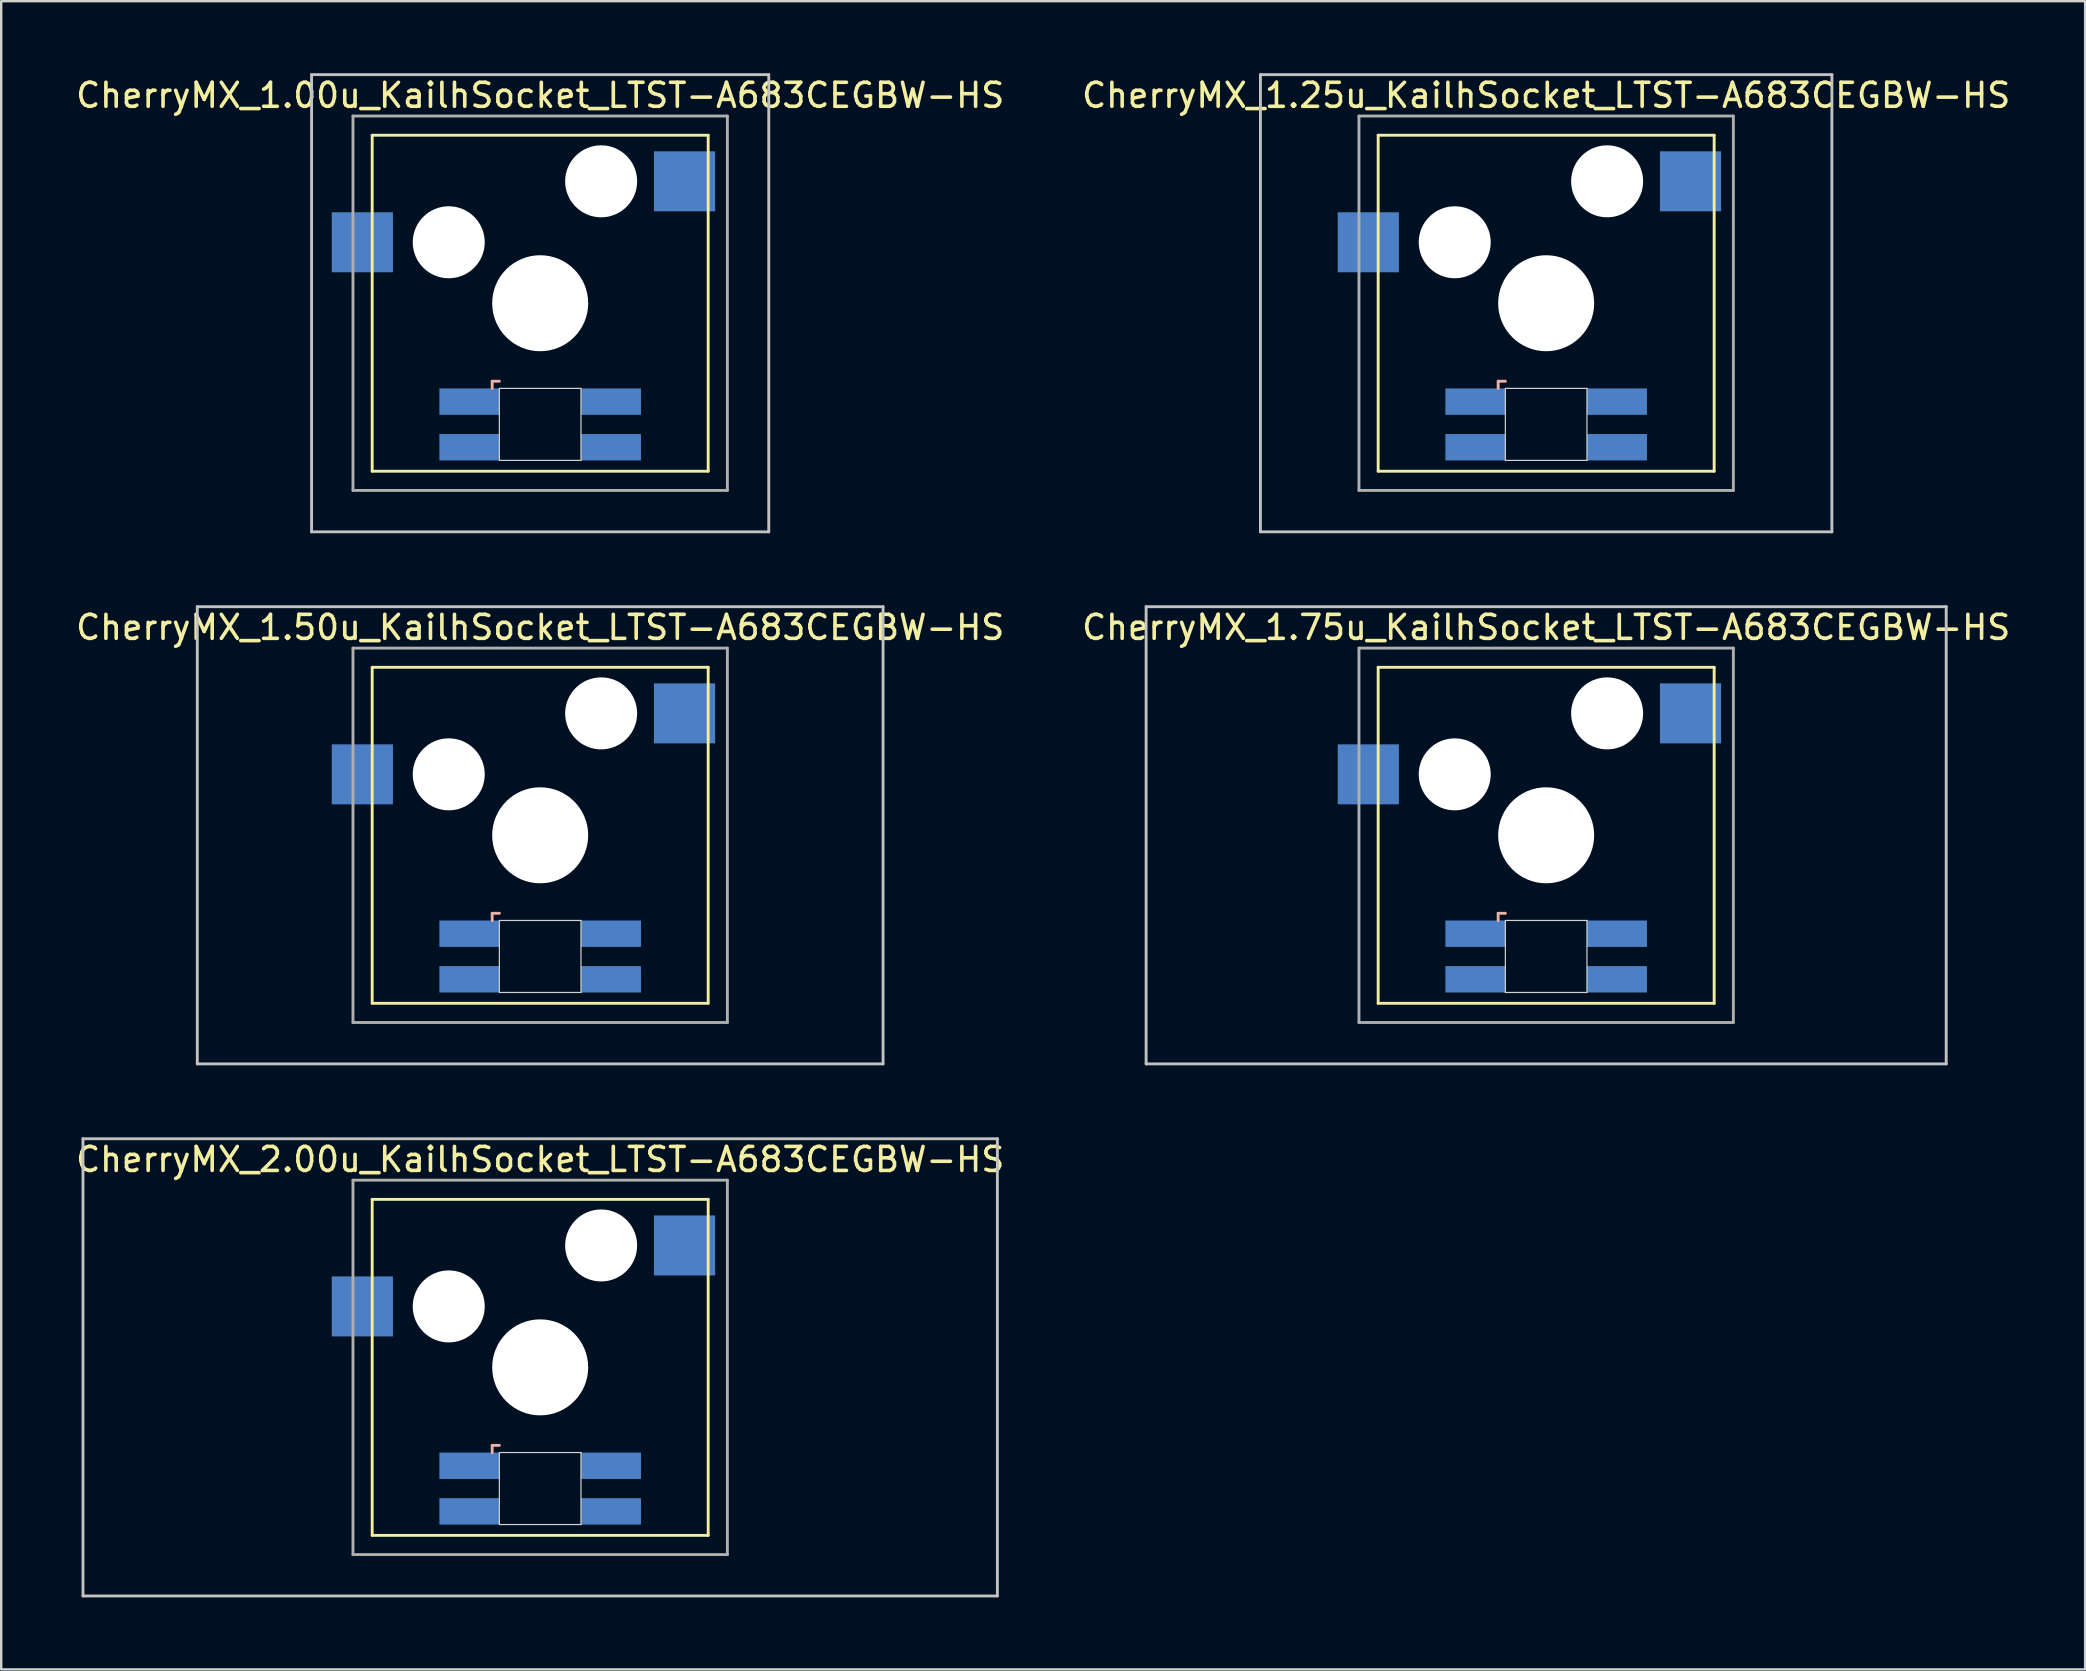
<source format=kicad_pcb>
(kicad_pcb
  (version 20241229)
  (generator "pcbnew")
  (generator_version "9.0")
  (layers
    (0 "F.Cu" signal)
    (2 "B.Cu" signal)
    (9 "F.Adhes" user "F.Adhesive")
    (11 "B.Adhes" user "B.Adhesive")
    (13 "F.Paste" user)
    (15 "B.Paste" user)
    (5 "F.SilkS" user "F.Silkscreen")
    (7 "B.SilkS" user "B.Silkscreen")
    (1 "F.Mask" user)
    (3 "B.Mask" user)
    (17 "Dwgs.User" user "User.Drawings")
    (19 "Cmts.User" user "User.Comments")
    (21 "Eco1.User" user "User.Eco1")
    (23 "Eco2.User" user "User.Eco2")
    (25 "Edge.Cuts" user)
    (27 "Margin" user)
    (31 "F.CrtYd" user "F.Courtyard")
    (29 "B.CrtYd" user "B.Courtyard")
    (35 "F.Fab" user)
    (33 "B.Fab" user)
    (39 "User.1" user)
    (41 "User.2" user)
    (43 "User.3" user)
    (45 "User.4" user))
  (footprint "CherryMX_1.75u_KailhSocket_LTST-A683CEGBW-HS"
    (layer "F.Cu")
    (at 61.375 31.755)
    (property "Reference" "CherryMX_1.75u_KailhSocket_LTST-A683CEGBW-HS" (at 0 -8.662 0) (layer "F.SilkS") (effects (font (size 1 1) (thickness 0.15))))
    (attr through_hole)
    (fp_line (start -7 -7) (end -7 7) (stroke (width 0.12) (type solid)) (layer "F.SilkS"))
    (fp_line (start -7 -7) (end 7 -7) (stroke (width 0.12) (type solid)) (layer "F.SilkS"))
    (fp_line (start 7 -7) (end 7 7) (stroke (width 0.12) (type solid)) (layer "F.SilkS"))
    (fp_line (start 7 7) (end -7 7) (stroke (width 0.12) (type solid)) (layer "F.SilkS"))
    (fp_line (start -2 3.25) (end -2 3.55) (stroke (width 0.12) (type solid)) (layer "B.SilkS"))
    (fp_line (start -1.7 3.25) (end -2 3.25) (stroke (width 0.12) (type solid)) (layer "B.SilkS"))
    (fp_line (start -16.669 -9.525) (end 16.669 -9.525) (stroke (width 0.12) (type solid)) (layer "Dwgs.User"))
    (fp_line (start -16.669 9.525) (end -16.669 -9.525) (stroke (width 0.12) (type solid)) (layer "Dwgs.User"))
    (fp_line (start 16.669 -9.525) (end 16.669 9.525) (stroke (width 0.12) (type solid)) (layer "Dwgs.User"))
    (fp_line (start 16.669 9.525) (end -16.669 9.525) (stroke (width 0.12) (type solid)) (layer "Dwgs.User"))
    (fp_line (start -1.7 3.55) (end 1.7 3.55) (stroke (width 0.05) (type solid)) (layer "Edge.Cuts"))
    (fp_line (start -1.7 6.55) (end -1.7 3.55) (stroke (width 0.05) (type solid)) (layer "Edge.Cuts"))
    (fp_line (start 1.7 3.55) (end 1.7 6.55) (stroke (width 0.05) (type solid)) (layer "Edge.Cuts"))
    (fp_line (start 1.7 6.55) (end -1.7 6.55) (stroke (width 0.05) (type solid)) (layer "Edge.Cuts"))
    (fp_line (start -7.8 -7.8) (end -7.8 7.8) (stroke (width 0.12) (type solid)) (layer "F.Fab"))
    (fp_line (start -7.8 -7.8) (end 7.8 -7.8) (stroke (width 0.12) (type solid)) (layer "F.Fab"))
    (fp_line (start -7.8 7.8) (end 7.8 7.8) (stroke (width 0.12) (type solid)) (layer "F.Fab"))
    (fp_line (start 7.8 -7.8) (end 7.8 7.8) (stroke (width 0.12) (type solid)) (layer "F.Fab"))
    (pad "" np_thru_hole circle (at -3.81 -2.54) (size 3 3) (drill 3) (layers "*.Cu" "*.Mask"))
    (pad "" np_thru_hole circle (at 0 0) (size 4 4) (drill 4) (layers "*.Cu" "*.Mask"))
    (pad "" np_thru_hole circle (at 2.54 -5.08) (size 3 3) (drill 3) (layers "*.Cu" "*.Mask"))
    (pad "1" smd rect (at -7.41 -2.54) (size 2.55 2.5) (layers "B.Cu" "B.Mask" "B.Paste"))
    (pad "2" smd rect (at 6.015 -5.08) (size 2.55 2.5) (layers "B.Cu" "B.Mask" "B.Paste"))
    (pad "3" smd rect (at -2.95 4.1) (size 2.5 1.1) (layers "B.Cu" "B.Mask" "B.Paste"))
    (pad "4" smd rect (at -2.95 6) (size 2.5 1.1) (layers "B.Cu" "B.Mask" "B.Paste"))
    (pad "5" smd rect (at 2.95 4.1) (size 2.5 1.1) (layers "B.Cu" "B.Mask" "B.Paste"))
    (pad "6" smd rect (at 2.95 6) (size 2.5 1.1) (layers "B.Cu" "B.Mask" "B.Paste")))
  (footprint "CherryMX_2.00u_KailhSocket_LTST-A683CEGBW-HS"
    (layer "F.Cu")
    (at 19.458 53.925)
    (property "Reference" "CherryMX_2.00u_KailhSocket_LTST-A683CEGBW-HS" (at 0 -8.662 0) (layer "F.SilkS") (effects (font (size 1 1) (thickness 0.15))))
    (attr through_hole)
    (fp_line (start -7 -7) (end -7 7) (stroke (width 0.12) (type solid)) (layer "F.SilkS"))
    (fp_line (start -7 -7) (end 7 -7) (stroke (width 0.12) (type solid)) (layer "F.SilkS"))
    (fp_line (start 7 -7) (end 7 7) (stroke (width 0.12) (type solid)) (layer "F.SilkS"))
    (fp_line (start 7 7) (end -7 7) (stroke (width 0.12) (type solid)) (layer "F.SilkS"))
    (fp_line (start -2 3.25) (end -2 3.55) (stroke (width 0.12) (type solid)) (layer "B.SilkS"))
    (fp_line (start -1.7 3.25) (end -2 3.25) (stroke (width 0.12) (type solid)) (layer "B.SilkS"))
    (fp_line (start -19.05 -9.525) (end 19.05 -9.525) (stroke (width 0.12) (type solid)) (layer "Dwgs.User"))
    (fp_line (start -19.05 9.525) (end -19.05 -9.525) (stroke (width 0.12) (type solid)) (layer "Dwgs.User"))
    (fp_line (start 19.05 -9.525) (end 19.05 9.525) (stroke (width 0.12) (type solid)) (layer "Dwgs.User"))
    (fp_line (start 19.05 9.525) (end -19.05 9.525) (stroke (width 0.12) (type solid)) (layer "Dwgs.User"))
    (fp_line (start -1.7 3.55) (end 1.7 3.55) (stroke (width 0.05) (type solid)) (layer "Edge.Cuts"))
    (fp_line (start -1.7 6.55) (end -1.7 3.55) (stroke (width 0.05) (type solid)) (layer "Edge.Cuts"))
    (fp_line (start 1.7 3.55) (end 1.7 6.55) (stroke (width 0.05) (type solid)) (layer "Edge.Cuts"))
    (fp_line (start 1.7 6.55) (end -1.7 6.55) (stroke (width 0.05) (type solid)) (layer "Edge.Cuts"))
    (fp_line (start -7.8 -7.8) (end -7.8 7.8) (stroke (width 0.12) (type solid)) (layer "F.Fab"))
    (fp_line (start -7.8 -7.8) (end 7.8 -7.8) (stroke (width 0.12) (type solid)) (layer "F.Fab"))
    (fp_line (start -7.8 7.8) (end 7.8 7.8) (stroke (width 0.12) (type solid)) (layer "F.Fab"))
    (fp_line (start 7.8 -7.8) (end 7.8 7.8) (stroke (width 0.12) (type solid)) (layer "F.Fab"))
    (pad "" np_thru_hole circle (at -3.81 -2.54) (size 3 3) (drill 3) (layers "*.Cu" "*.Mask"))
    (pad "" np_thru_hole circle (at 0 0) (size 4 4) (drill 4) (layers "*.Cu" "*.Mask"))
    (pad "" np_thru_hole circle (at 2.54 -5.08) (size 3 3) (drill 3) (layers "*.Cu" "*.Mask"))
    (pad "1" smd rect (at -7.41 -2.54) (size 2.55 2.5) (layers "B.Cu" "B.Mask" "B.Paste"))
    (pad "2" smd rect (at 6.015 -5.08) (size 2.55 2.5) (layers "B.Cu" "B.Mask" "B.Paste"))
    (pad "3" smd rect (at -2.95 4.1) (size 2.5 1.1) (layers "B.Cu" "B.Mask" "B.Paste"))
    (pad "4" smd rect (at -2.95 6) (size 2.5 1.1) (layers "B.Cu" "B.Mask" "B.Paste"))
    (pad "5" smd rect (at 2.95 4.1) (size 2.5 1.1) (layers "B.Cu" "B.Mask" "B.Paste"))
    (pad "6" smd rect (at 2.95 6) (size 2.5 1.1) (layers "B.Cu" "B.Mask" "B.Paste")))
  (footprint "CherryMX_1.00u_KailhSocket_LTST-A683CEGBW-HS"
    (layer "F.Cu")
    (at 19.458 9.585)
    (property "Reference" "CherryMX_1.00u_KailhSocket_LTST-A683CEGBW-HS" (at 0 -8.662 0) (layer "F.SilkS") (effects (font (size 1 1) (thickness 0.15))))
    (attr through_hole)
    (fp_line (start -7 -7) (end -7 7) (stroke (width 0.12) (type solid)) (layer "F.SilkS"))
    (fp_line (start -7 -7) (end 7 -7) (stroke (width 0.12) (type solid)) (layer "F.SilkS"))
    (fp_line (start 7 -7) (end 7 7) (stroke (width 0.12) (type solid)) (layer "F.SilkS"))
    (fp_line (start 7 7) (end -7 7) (stroke (width 0.12) (type solid)) (layer "F.SilkS"))
    (fp_line (start -2 3.25) (end -2 3.55) (stroke (width 0.12) (type solid)) (layer "B.SilkS"))
    (fp_line (start -1.7 3.25) (end -2 3.25) (stroke (width 0.12) (type solid)) (layer "B.SilkS"))
    (fp_line (start -9.525 -9.525) (end 9.525 -9.525) (stroke (width 0.12) (type solid)) (layer "Dwgs.User"))
    (fp_line (start -9.525 9.525) (end -9.525 -9.525) (stroke (width 0.12) (type solid)) (layer "Dwgs.User"))
    (fp_line (start 9.525 -9.525) (end 9.525 9.525) (stroke (width 0.12) (type solid)) (layer "Dwgs.User"))
    (fp_line (start 9.525 9.525) (end -9.525 9.525) (stroke (width 0.12) (type solid)) (layer "Dwgs.User"))
    (fp_line (start -1.7 3.55) (end 1.7 3.55) (stroke (width 0.05) (type solid)) (layer "Edge.Cuts"))
    (fp_line (start -1.7 6.55) (end -1.7 3.55) (stroke (width 0.05) (type solid)) (layer "Edge.Cuts"))
    (fp_line (start 1.7 3.55) (end 1.7 6.55) (stroke (width 0.05) (type solid)) (layer "Edge.Cuts"))
    (fp_line (start 1.7 6.55) (end -1.7 6.55) (stroke (width 0.05) (type solid)) (layer "Edge.Cuts"))
    (fp_line (start -7.8 -7.8) (end -7.8 7.8) (stroke (width 0.12) (type solid)) (layer "F.Fab"))
    (fp_line (start -7.8 -7.8) (end 7.8 -7.8) (stroke (width 0.12) (type solid)) (layer "F.Fab"))
    (fp_line (start -7.8 7.8) (end 7.8 7.8) (stroke (width 0.12) (type solid)) (layer "F.Fab"))
    (fp_line (start 7.8 -7.8) (end 7.8 7.8) (stroke (width 0.12) (type solid)) (layer "F.Fab"))
    (pad "" np_thru_hole circle (at -3.81 -2.54) (size 3 3) (drill 3) (layers "*.Cu" "*.Mask"))
    (pad "" np_thru_hole circle (at 0 0) (size 4 4) (drill 4) (layers "*.Cu" "*.Mask"))
    (pad "" np_thru_hole circle (at 2.54 -5.08) (size 3 3) (drill 3) (layers "*.Cu" "*.Mask"))
    (pad "1" smd rect (at -7.41 -2.54) (size 2.55 2.5) (layers "B.Cu" "B.Mask" "B.Paste"))
    (pad "2" smd rect (at 6.015 -5.08) (size 2.55 2.5) (layers "B.Cu" "B.Mask" "B.Paste"))
    (pad "3" smd rect (at -2.95 4.1) (size 2.5 1.1) (layers "B.Cu" "B.Mask" "B.Paste"))
    (pad "4" smd rect (at -2.95 6) (size 2.5 1.1) (layers "B.Cu" "B.Mask" "B.Paste"))
    (pad "5" smd rect (at 2.95 4.1) (size 2.5 1.1) (layers "B.Cu" "B.Mask" "B.Paste"))
    (pad "6" smd rect (at 2.95 6) (size 2.5 1.1) (layers "B.Cu" "B.Mask" "B.Paste")))
  (footprint "CherryMX_1.25u_KailhSocket_LTST-A683CEGBW-HS"
    (layer "F.Cu")
    (at 61.375 9.585)
    (property "Reference" "CherryMX_1.25u_KailhSocket_LTST-A683CEGBW-HS" (at 0 -8.662 0) (layer "F.SilkS") (effects (font (size 1 1) (thickness 0.15))))
    (attr through_hole)
    (fp_line (start -7 -7) (end -7 7) (stroke (width 0.12) (type solid)) (layer "F.SilkS"))
    (fp_line (start -7 -7) (end 7 -7) (stroke (width 0.12) (type solid)) (layer "F.SilkS"))
    (fp_line (start 7 -7) (end 7 7) (stroke (width 0.12) (type solid)) (layer "F.SilkS"))
    (fp_line (start 7 7) (end -7 7) (stroke (width 0.12) (type solid)) (layer "F.SilkS"))
    (fp_line (start -2 3.25) (end -2 3.55) (stroke (width 0.12) (type solid)) (layer "B.SilkS"))
    (fp_line (start -1.7 3.25) (end -2 3.25) (stroke (width 0.12) (type solid)) (layer "B.SilkS"))
    (fp_line (start -11.906 -9.525) (end 11.906 -9.525) (stroke (width 0.12) (type solid)) (layer "Dwgs.User"))
    (fp_line (start -11.906 9.525) (end -11.906 -9.525) (stroke (width 0.12) (type solid)) (layer "Dwgs.User"))
    (fp_line (start 11.906 -9.525) (end 11.906 9.525) (stroke (width 0.12) (type solid)) (layer "Dwgs.User"))
    (fp_line (start 11.906 9.525) (end -11.906 9.525) (stroke (width 0.12) (type solid)) (layer "Dwgs.User"))
    (fp_line (start -1.7 3.55) (end 1.7 3.55) (stroke (width 0.05) (type solid)) (layer "Edge.Cuts"))
    (fp_line (start -1.7 6.55) (end -1.7 3.55) (stroke (width 0.05) (type solid)) (layer "Edge.Cuts"))
    (fp_line (start 1.7 3.55) (end 1.7 6.55) (stroke (width 0.05) (type solid)) (layer "Edge.Cuts"))
    (fp_line (start 1.7 6.55) (end -1.7 6.55) (stroke (width 0.05) (type solid)) (layer "Edge.Cuts"))
    (fp_line (start -7.8 -7.8) (end -7.8 7.8) (stroke (width 0.12) (type solid)) (layer "F.Fab"))
    (fp_line (start -7.8 -7.8) (end 7.8 -7.8) (stroke (width 0.12) (type solid)) (layer "F.Fab"))
    (fp_line (start -7.8 7.8) (end 7.8 7.8) (stroke (width 0.12) (type solid)) (layer "F.Fab"))
    (fp_line (start 7.8 -7.8) (end 7.8 7.8) (stroke (width 0.12) (type solid)) (layer "F.Fab"))
    (pad "" np_thru_hole circle (at -3.81 -2.54) (size 3 3) (drill 3) (layers "*.Cu" "*.Mask"))
    (pad "" np_thru_hole circle (at 0 0) (size 4 4) (drill 4) (layers "*.Cu" "*.Mask"))
    (pad "" np_thru_hole circle (at 2.54 -5.08) (size 3 3) (drill 3) (layers "*.Cu" "*.Mask"))
    (pad "1" smd rect (at -7.41 -2.54) (size 2.55 2.5) (layers "B.Cu" "B.Mask" "B.Paste"))
    (pad "2" smd rect (at 6.015 -5.08) (size 2.55 2.5) (layers "B.Cu" "B.Mask" "B.Paste"))
    (pad "3" smd rect (at -2.95 4.1) (size 2.5 1.1) (layers "B.Cu" "B.Mask" "B.Paste"))
    (pad "4" smd rect (at -2.95 6) (size 2.5 1.1) (layers "B.Cu" "B.Mask" "B.Paste"))
    (pad "5" smd rect (at 2.95 4.1) (size 2.5 1.1) (layers "B.Cu" "B.Mask" "B.Paste"))
    (pad "6" smd rect (at 2.95 6) (size 2.5 1.1) (layers "B.Cu" "B.Mask" "B.Paste")))
  (footprint "CherryMX_1.50u_KailhSocket_LTST-A683CEGBW-HS"
    (layer "F.Cu")
    (at 19.458 31.755)
    (property "Reference" "CherryMX_1.50u_KailhSocket_LTST-A683CEGBW-HS" (at 0 -8.662 0) (layer "F.SilkS") (effects (font (size 1 1) (thickness 0.15))))
    (attr through_hole)
    (fp_line (start -7 -7) (end -7 7) (stroke (width 0.12) (type solid)) (layer "F.SilkS"))
    (fp_line (start -7 -7) (end 7 -7) (stroke (width 0.12) (type solid)) (layer "F.SilkS"))
    (fp_line (start 7 -7) (end 7 7) (stroke (width 0.12) (type solid)) (layer "F.SilkS"))
    (fp_line (start 7 7) (end -7 7) (stroke (width 0.12) (type solid)) (layer "F.SilkS"))
    (fp_line (start -2 3.25) (end -2 3.55) (stroke (width 0.12) (type solid)) (layer "B.SilkS"))
    (fp_line (start -1.7 3.25) (end -2 3.25) (stroke (width 0.12) (type solid)) (layer "B.SilkS"))
    (fp_line (start -14.287 -9.525) (end 14.287 -9.525) (stroke (width 0.12) (type solid)) (layer "Dwgs.User"))
    (fp_line (start -14.287 9.525) (end -14.287 -9.525) (stroke (width 0.12) (type solid)) (layer "Dwgs.User"))
    (fp_line (start 14.287 -9.525) (end 14.287 9.525) (stroke (width 0.12) (type solid)) (layer "Dwgs.User"))
    (fp_line (start 14.287 9.525) (end -14.287 9.525) (stroke (width 0.12) (type solid)) (layer "Dwgs.User"))
    (fp_line (start -1.7 3.55) (end 1.7 3.55) (stroke (width 0.05) (type solid)) (layer "Edge.Cuts"))
    (fp_line (start -1.7 6.55) (end -1.7 3.55) (stroke (width 0.05) (type solid)) (layer "Edge.Cuts"))
    (fp_line (start 1.7 3.55) (end 1.7 6.55) (stroke (width 0.05) (type solid)) (layer "Edge.Cuts"))
    (fp_line (start 1.7 6.55) (end -1.7 6.55) (stroke (width 0.05) (type solid)) (layer "Edge.Cuts"))
    (fp_line (start -7.8 -7.8) (end -7.8 7.8) (stroke (width 0.12) (type solid)) (layer "F.Fab"))
    (fp_line (start -7.8 -7.8) (end 7.8 -7.8) (stroke (width 0.12) (type solid)) (layer "F.Fab"))
    (fp_line (start -7.8 7.8) (end 7.8 7.8) (stroke (width 0.12) (type solid)) (layer "F.Fab"))
    (fp_line (start 7.8 -7.8) (end 7.8 7.8) (stroke (width 0.12) (type solid)) (layer "F.Fab"))
    (pad "" np_thru_hole circle (at -3.81 -2.54) (size 3 3) (drill 3) (layers "*.Cu" "*.Mask"))
    (pad "" np_thru_hole circle (at 0 0) (size 4 4) (drill 4) (layers "*.Cu" "*.Mask"))
    (pad "" np_thru_hole circle (at 2.54 -5.08) (size 3 3) (drill 3) (layers "*.Cu" "*.Mask"))
    (pad "1" smd rect (at -7.41 -2.54) (size 2.55 2.5) (layers "B.Cu" "B.Mask" "B.Paste"))
    (pad "2" smd rect (at 6.015 -5.08) (size 2.55 2.5) (layers "B.Cu" "B.Mask" "B.Paste"))
    (pad "3" smd rect (at -2.95 4.1) (size 2.5 1.1) (layers "B.Cu" "B.Mask" "B.Paste"))
    (pad "4" smd rect (at -2.95 6) (size 2.5 1.1) (layers "B.Cu" "B.Mask" "B.Paste"))
    (pad "5" smd rect (at 2.95 4.1) (size 2.5 1.1) (layers "B.Cu" "B.Mask" "B.Paste"))
    (pad "6" smd rect (at 2.95 6) (size 2.5 1.1) (layers "B.Cu" "B.Mask" "B.Paste")))
  (gr_rect
    (start -3 -3)
    (end 83.833 66.51)
    (stroke (width 0.1) (type default))
    (fill no)
    (layer "Edge.Cuts")))
</source>
